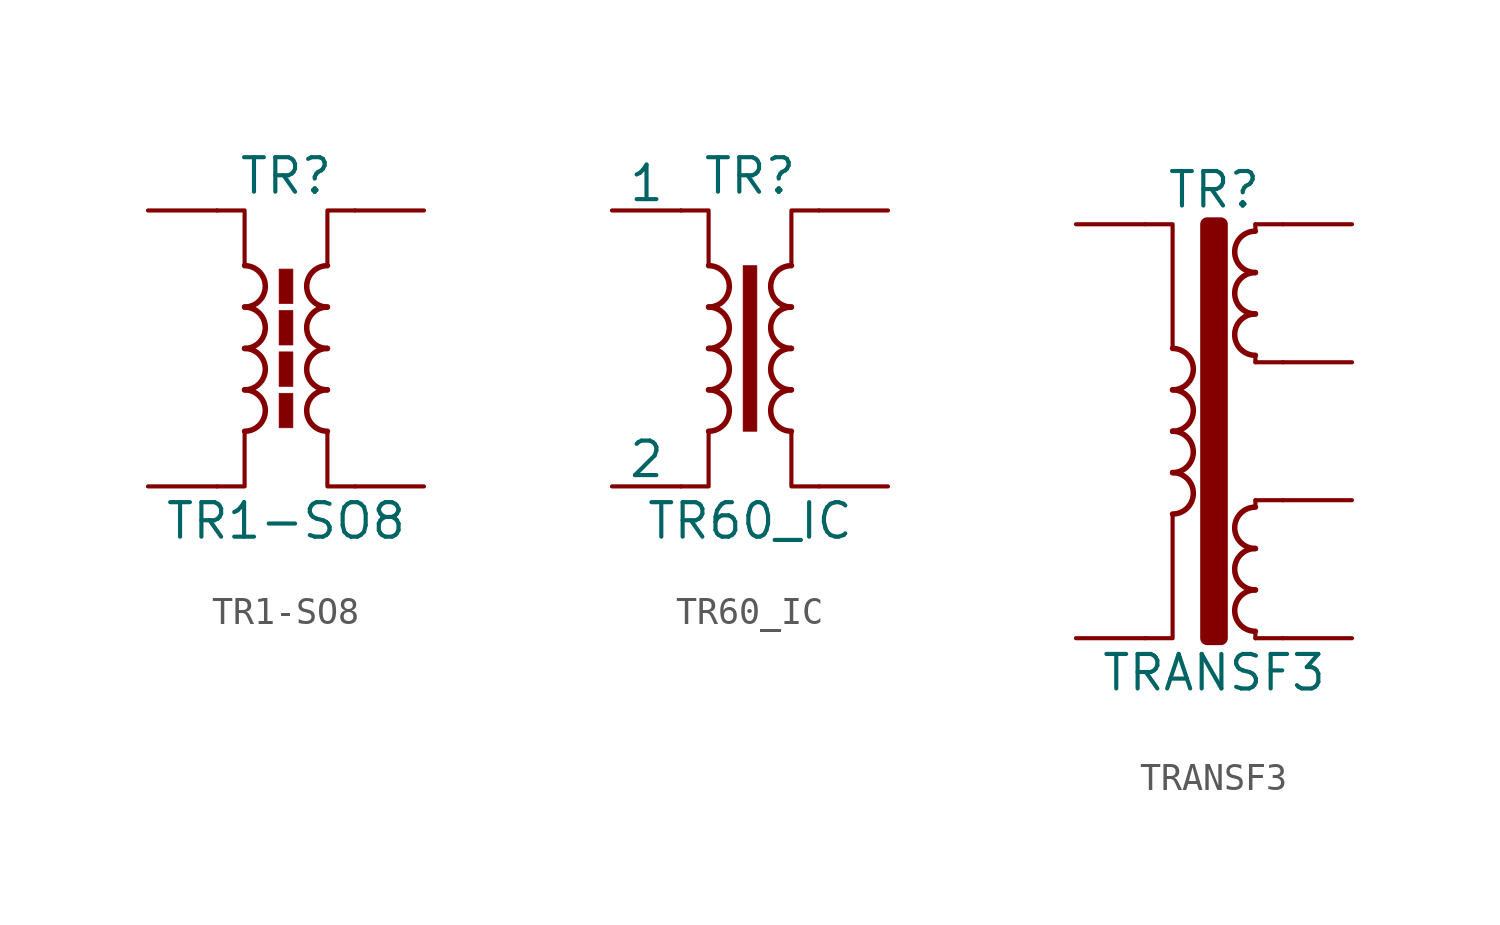
<source format=kicad_sym>
(kicad_symbol_lib
  (version 20220914)
  (generator kicad_symbol_editor)
  (symbol "TR1-SO8"
    (pin_numbers hide)
    (pin_names
      (offset 0))
    (property "Reference" "TR"
      (at 0 6.35 0)
      (effects (font (size 1.27 1.27))))
    (property "Value" "TR1-SO8"
      (at 0 -6.35 0)
      (effects (font (size 1.27 1.27))))
    (symbol "TR1-SO8_0_1"
      (arc (start -1.524 -3.048) (mid -0.7653 -2.286) (end -1.524 -1.524) (stroke (width 0.2032) (type default)) (fill (type none)))
      (arc (start -1.524 -1.524) (mid -0.7653 -0.762) (end -1.524 0) (stroke (width 0.2032) (type default)) (fill (type none)))
      (arc (start -1.524 0) (mid -0.7653 0.762) (end -1.524 1.524) (stroke (width 0.2032) (type default)) (fill (type none)))
      (arc (start -1.524 1.524) (mid -0.7653 2.286) (end -1.524 3.048) (stroke (width 0.2032) (type default)) (fill (type none)))
      (rectangle (start -0.254 -1.651) (end 0.254 -2.921) (stroke (width 0.025) (type default)) (fill (type outline)))
      (rectangle (start -0.254 -0.127) (end 0.254 -1.397) (stroke (width 0.025) (type default)) (fill (type outline)))
      (rectangle (start -0.254 1.397) (end 0.254 0.127) (stroke (width 0.025) (type default)) (fill (type outline)))
      (rectangle (start -0.254 2.921) (end 0.254 1.651) (stroke (width 0.025) (type default)) (fill (type outline)))
      (polyline (pts (xy -2.54 5.08) (xy -1.524 5.08) (xy -1.524 3.048) (xy -1.524 3.048)) (stroke (width 0.152) (type default)) (fill (type none)))
      (polyline (pts (xy -1.524 -3.048) (xy -1.524 -5.08) (xy -2.54 -5.08) (xy -2.54 -5.08)) (stroke (width 0.152) (type default)) (fill (type none)))
      (polyline (pts (xy 1.524 3.048) (xy 1.524 5.08) (xy 2.54 5.08) (xy 2.54 5.08)) (stroke (width 0.152) (type default)) (fill (type none)))
      (polyline (pts (xy 2.54 -5.08) (xy 1.524 -5.08) (xy 1.524 -3.048) (xy 1.524 -3.048)) (stroke (width 0.152) (type default)) (fill (type none)))
      (arc (start 1.524 -1.524) (mid 0.7653 -2.286) (end 1.524 -3.048) (stroke (width 0.2032) (type default)) (fill (type none)))
      (arc (start 1.524 0) (mid 0.7653 -0.762) (end 1.524 -1.524) (stroke (width 0.2032) (type default)) (fill (type none)))
      (arc (start 1.524 1.524) (mid 0.7653 0.762) (end 1.524 0) (stroke (width 0.2032) (type default)) (fill (type none)))
      (arc (start 1.524 3.048) (mid 0.7653 2.286) (end 1.524 1.524) (stroke (width 0.2032) (type default)) (fill (type none))))
    (symbol "TR1-SO8_1_1"
      (pin passive line (at -5.08 5.08 0) (length 2.54) (name "~" (effects (font (size 1.27 1.27)))) (number "1" (effects (font (size 1.27 1.27)))))
      (pin passive line (at -5.08 -5.08 0) (length 2.54) (name "~" (effects (font (size 1.27 1.27)))) (number "4" (effects (font (size 1.27 1.27)))))
      (pin passive line (at 5.08 -5.08 180) (length 2.54) (name "~" (effects (font (size 1.27 1.27)))) (number "5" (effects (font (size 1.27 1.27)))))
      (pin passive line (at 5.08 5.08 180) (length 2.54) (name "~" (effects (font (size 1.27 1.27)))) (number "8" (effects (font (size 1.27 1.27)))))))
  (symbol "TR60_IC"
    (pin_numbers hide)
    (pin_names
      (offset 0))
    (property "Reference" "TR"
      (at 0 6.35 0)
      (effects (font (size 1.27 1.27))))
    (property "Value" "TR60_IC"
      (at 0 -6.35 0)
      (effects (font (size 1.27 1.27))))
    (symbol "TR60_IC_0_1"
      (arc (start -1.524 -3.048) (mid -0.7653 -2.286) (end -1.524 -1.524) (stroke (width 0.2032) (type default)) (fill (type none)))
      (arc (start -1.524 -1.524) (mid -0.7653 -0.762) (end -1.524 0) (stroke (width 0.2032) (type default)) (fill (type none)))
      (arc (start -1.524 0) (mid -0.7653 0.762) (end -1.524 1.524) (stroke (width 0.2032) (type default)) (fill (type none)))
      (arc (start -1.524 1.524) (mid -0.7653 2.286) (end -1.524 3.048) (stroke (width 0.2032) (type default)) (fill (type none)))
      (rectangle (start -0.254 3.048) (end 0.254 -3.048) (stroke (width 0.025) (type default)) (fill (type outline)))
      (polyline (pts (xy -2.54 5.08) (xy -1.524 5.08) (xy -1.524 3.048) (xy -1.524 3.048)) (stroke (width 0.152) (type default)) (fill (type none)))
      (polyline (pts (xy -1.524 -3.048) (xy -1.524 -5.08) (xy -2.54 -5.08) (xy -2.54 -5.08)) (stroke (width 0.152) (type default)) (fill (type none)))
      (polyline (pts (xy 1.524 3.048) (xy 1.524 5.08) (xy 2.54 5.08) (xy 2.54 5.08)) (stroke (width 0.152) (type default)) (fill (type none)))
      (polyline (pts (xy 2.54 -5.08) (xy 1.524 -5.08) (xy 1.524 -3.048) (xy 1.524 -3.048)) (stroke (width 0.152) (type default)) (fill (type none)))
      (arc (start 1.524 -1.524) (mid 0.7653 -2.286) (end 1.524 -3.048) (stroke (width 0.2032) (type default)) (fill (type none)))
      (arc (start 1.524 0) (mid 0.7653 -0.762) (end 1.524 -1.524) (stroke (width 0.2032) (type default)) (fill (type none)))
      (arc (start 1.524 1.524) (mid 0.7653 0.762) (end 1.524 0) (stroke (width 0.2032) (type default)) (fill (type none)))
      (arc (start 1.524 3.048) (mid 0.7653 2.286) (end 1.524 1.524) (stroke (width 0.2032) (type default)) (fill (type none))))
    (symbol "TR60_IC_1_1"
      (pin passive line (at -5.08 5.08 0) (length 2.54) (name "1" (effects (font (size 1.27 1.27)))) (number "1" (effects (font (size 1.27 1.27)))))
      (pin passive line (at -5.08 -5.08 0) (length 2.54) (name "2" (effects (font (size 1.27 1.27)))) (number "2" (effects (font (size 1.27 1.27)))))
      (pin passive line (at 5.08 5.08 180) (length 2.54) (name "~" (effects (font (size 1.27 1.27)))) (number "3" (effects (font (size 1.27 1.27)))))
      (pin passive line (at 5.08 -5.08 180) (length 2.54) (name "~" (effects (font (size 1.27 1.27)))) (number "4" (effects (font (size 1.27 1.27)))))))
  (symbol "TRANSF3"
    (pin_numbers hide)
    (pin_names
      (offset 0))
    (property "Reference" "TR"
      (at 0 8.89 0)
      (effects (font (size 1.27 1.27))))
    (property "Value" "TRANSF3"
      (at 0 -8.89 0)
      (effects (font (size 1.27 1.27))))
    (symbol "TRANSF3_0_1"
      (arc (start -1.524 -3.048) (mid -0.7653 -2.286) (end -1.524 -1.524) (stroke (width 0.2032) (type default)) (fill (type none)))
      (arc (start -1.524 -1.524) (mid -0.7653 -0.762) (end -1.524 0) (stroke (width 0.2032) (type default)) (fill (type none)))
      (arc (start -1.524 0) (mid -0.7653 0.762) (end -1.524 1.524) (stroke (width 0.2032) (type default)) (fill (type none)))
      (arc (start -1.524 1.524) (mid -0.7653 2.286) (end -1.524 3.048) (stroke (width 0.2032) (type default)) (fill (type none)))
      (rectangle (start -0.254 7.62) (end 0.254 -7.62) (stroke (width 0.508) (type default)) (fill (type outline)))
      (polyline (pts (xy -1.524 3.048) (xy -1.524 7.62) (xy -2.54 7.62)) (stroke (width 0) (type default)) (fill (type none)))
      (polyline (pts (xy 1.524 -7.366) (xy 1.524 -7.62) (xy 1.524 -7.62)) (stroke (width 0) (type default)) (fill (type outline)))
      (polyline (pts (xy 1.524 -2.54) (xy 1.524 -2.794) (xy 1.524 -2.794)) (stroke (width 0) (type default)) (fill (type outline)))
      (polyline (pts (xy 1.524 -2.54) (xy 2.54 -2.54) (xy 2.54 -2.54)) (stroke (width 0) (type default)) (fill (type none)))
      (polyline (pts (xy 1.524 2.54) (xy 1.524 2.794) (xy 1.524 2.794)) (stroke (width 0) (type default)) (fill (type outline)))
      (polyline (pts (xy 1.524 2.54) (xy 2.54 2.54) (xy 2.54 2.54)) (stroke (width 0) (type default)) (fill (type none)))
      (polyline (pts (xy 1.524 7.62) (xy 1.524 7.366) (xy 1.524 7.366)) (stroke (width 0) (type default)) (fill (type outline)))
      (polyline (pts (xy 1.524 7.62) (xy 2.54 7.62) (xy 2.54 7.62)) (stroke (width 0) (type default)) (fill (type none)))
      (polyline (pts (xy 2.54 -7.62) (xy 1.524 -7.62) (xy 1.524 -7.62)) (stroke (width 0) (type default)) (fill (type none)))
      (polyline (pts (xy -2.54 -7.62) (xy -1.524 -7.62) (xy -1.524 -3.048) (xy -1.524 -4.318)) (stroke (width 0) (type default)) (fill (type none)))
      (arc (start 1.524 -5.842) (mid 0.7653 -6.604) (end 1.524 -7.366) (stroke (width 0.2032) (type default)) (fill (type none)))
      (arc (start 1.524 -4.318) (mid 0.7653 -5.08) (end 1.524 -5.842) (stroke (width 0.2032) (type default)) (fill (type none)))
      (arc (start 1.524 -2.794) (mid 0.7653 -3.556) (end 1.524 -4.318) (stroke (width 0.2032) (type default)) (fill (type none)))
      (arc (start 1.524 4.318) (mid 0.7653 3.556) (end 1.524 2.794) (stroke (width 0.2032) (type default)) (fill (type none)))
      (arc (start 1.524 5.842) (mid 0.7653 5.08) (end 1.524 4.318) (stroke (width 0.2032) (type default)) (fill (type none)))
      (arc (start 1.524 7.366) (mid 0.7653 6.604) (end 1.524 5.842) (stroke (width 0.2032) (type default)) (fill (type none))))
    (symbol "TRANSF3_1_1"
      (pin passive line (at -5.08 7.62 0) (length 2.54) (name "~" (effects (font (size 1.27 1.27)))) (number "1" (effects (font (size 1.27 1.27)))))
      (pin passive line (at -5.08 -7.62 0) (length 2.54) (name "~" (effects (font (size 1.27 1.27)))) (number "2" (effects (font (size 1.27 1.27)))))
      (pin passive line (at 5.08 7.62 180) (length 2.54) (name "~" (effects (font (size 1.27 1.27)))) (number "3" (effects (font (size 1.27 1.27)))))
      (pin passive line (at 5.08 2.54 180) (length 2.54) (name "~" (effects (font (size 1.27 1.27)))) (number "4" (effects (font (size 1.27 1.27)))))
      (pin passive line (at 5.08 -2.54 180) (length 2.54) (name "~" (effects (font (size 1.27 1.27)))) (number "5" (effects (font (size 1.27 1.27)))))
      (pin passive line (at 5.08 -7.62 180) (length 2.54) (name "~" (effects (font (size 1.27 1.27)))) (number "6" (effects (font (size 1.27 1.27))))))))
</source>
